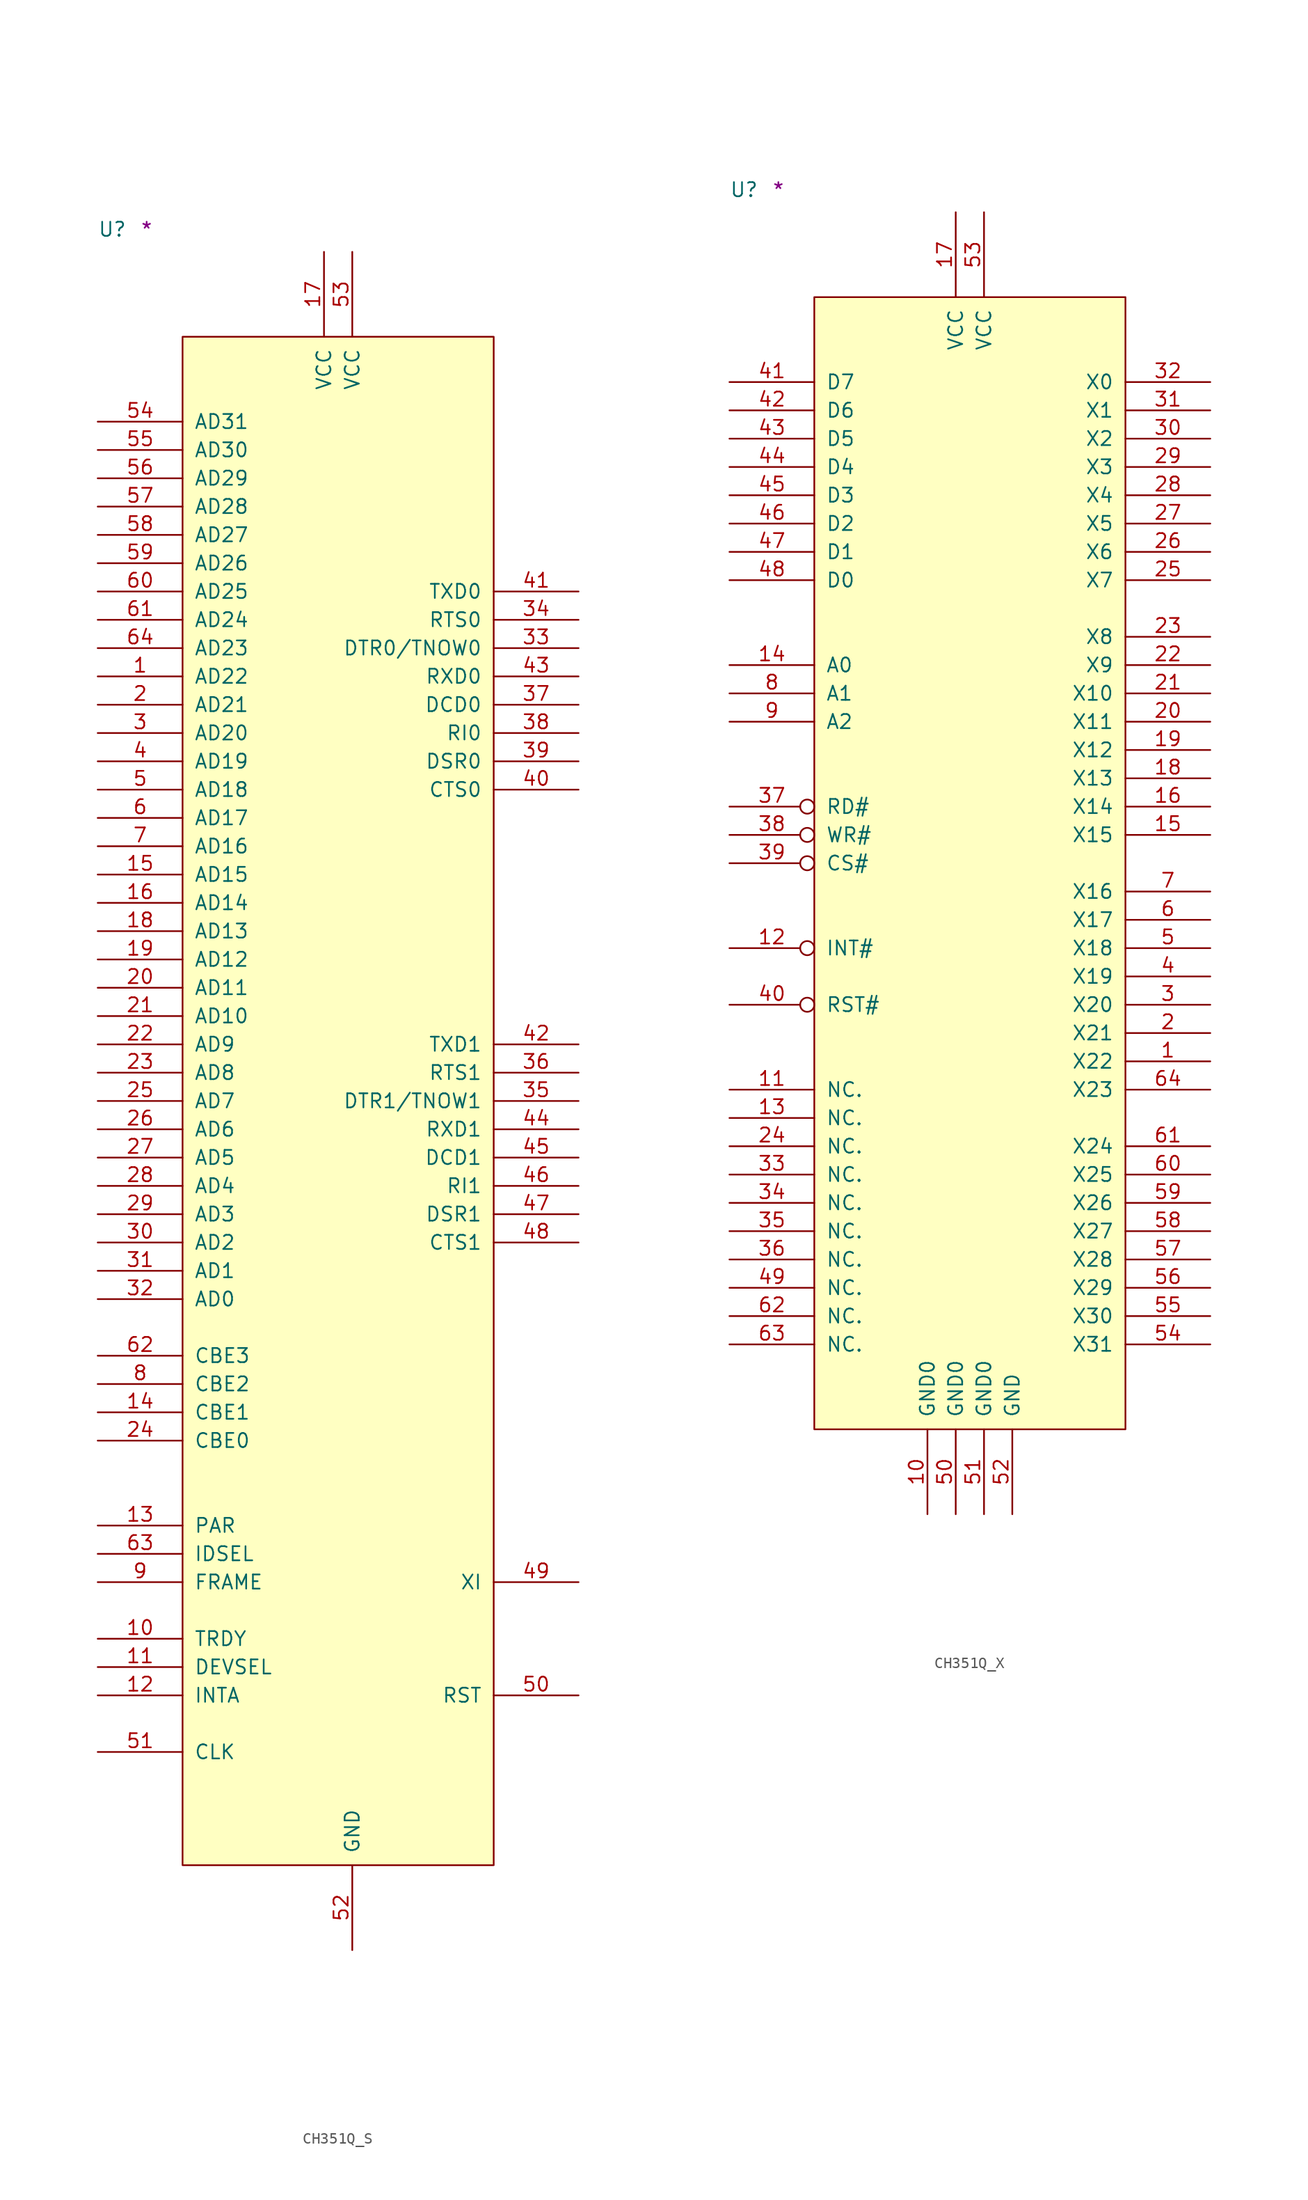
<source format=kicad_sym>
(kicad_symbol_lib
  (version 20211014)
  (generator kicad_symbol_editor)
  (symbol "CH351Q_S"
    (pin_names
      (offset 1.016))
    (property "Reference" "U"
      (at -7.62 8.89 0)
      (effects (font (size 1.27 1.27)) (justify left bottom)))
    (property "Comment" "*"
      (at -3.81 8.89 0)
      (effects (font (size 1.27 1.27)) (justify left bottom)))
    (symbol "CH351Q_S_1_1"
      (rectangle (start 0 -137.16) (end 27.94 0) (stroke (width 0) (type default) (color 0 0 0 0)) (fill (type background)))
      (pin bidirectional line (at -7.62 -30.48 0) (length 7.62) (name "AD22" (effects (font (size 1.27 1.27)))) (number "1" (effects (font (size 1.27 1.27)))))
      (pin tri_state line (at -7.62 -116.84 0) (length 7.62) (name "TRDY" (effects (font (size 1.27 1.27)))) (number "10" (effects (font (size 1.27 1.27)))))
      (pin tri_state line (at -7.62 -119.38 0) (length 7.62) (name "DEVSEL" (effects (font (size 1.27 1.27)))) (number "11" (effects (font (size 1.27 1.27)))))
      (pin tri_state line (at -7.62 -121.92 0) (length 7.62) (name "INTA" (effects (font (size 1.27 1.27)))) (number "12" (effects (font (size 1.27 1.27)))))
      (pin tri_state line (at -7.62 -106.68 0) (length 7.62) (name "PAR" (effects (font (size 1.27 1.27)))) (number "13" (effects (font (size 1.27 1.27)))))
      (pin input line (at -7.62 -96.52 0) (length 7.62) (name "CBE1" (effects (font (size 1.27 1.27)))) (number "14" (effects (font (size 1.27 1.27)))))
      (pin bidirectional line (at -7.62 -48.26 0) (length 7.62) (name "AD15" (effects (font (size 1.27 1.27)))) (number "15" (effects (font (size 1.27 1.27)))))
      (pin bidirectional line (at -7.62 -50.8 0) (length 7.62) (name "AD14" (effects (font (size 1.27 1.27)))) (number "16" (effects (font (size 1.27 1.27)))))
      (pin power_in line (at 12.7 7.62 270) (length 7.62) (name "VCC" (effects (font (size 1.27 1.27)))) (number "17" (effects (font (size 1.27 1.27)))))
      (pin bidirectional line (at -7.62 -53.34 0) (length 7.62) (name "AD13" (effects (font (size 1.27 1.27)))) (number "18" (effects (font (size 1.27 1.27)))))
      (pin bidirectional line (at -7.62 -55.88 0) (length 7.62) (name "AD12" (effects (font (size 1.27 1.27)))) (number "19" (effects (font (size 1.27 1.27)))))
      (pin bidirectional line (at -7.62 -33.02 0) (length 7.62) (name "AD21" (effects (font (size 1.27 1.27)))) (number "2" (effects (font (size 1.27 1.27)))))
      (pin bidirectional line (at -7.62 -58.42 0) (length 7.62) (name "AD11" (effects (font (size 1.27 1.27)))) (number "20" (effects (font (size 1.27 1.27)))))
      (pin bidirectional line (at -7.62 -60.96 0) (length 7.62) (name "AD10" (effects (font (size 1.27 1.27)))) (number "21" (effects (font (size 1.27 1.27)))))
      (pin bidirectional line (at -7.62 -63.5 0) (length 7.62) (name "AD9" (effects (font (size 1.27 1.27)))) (number "22" (effects (font (size 1.27 1.27)))))
      (pin bidirectional line (at -7.62 -66.04 0) (length 7.62) (name "AD8" (effects (font (size 1.27 1.27)))) (number "23" (effects (font (size 1.27 1.27)))))
      (pin input line (at -7.62 -99.06 0) (length 7.62) (name "CBE0" (effects (font (size 1.27 1.27)))) (number "24" (effects (font (size 1.27 1.27)))))
      (pin bidirectional line (at -7.62 -68.58 0) (length 7.62) (name "AD7" (effects (font (size 1.27 1.27)))) (number "25" (effects (font (size 1.27 1.27)))))
      (pin bidirectional line (at -7.62 -71.12 0) (length 7.62) (name "AD6" (effects (font (size 1.27 1.27)))) (number "26" (effects (font (size 1.27 1.27)))))
      (pin bidirectional line (at -7.62 -73.66 0) (length 7.62) (name "AD5" (effects (font (size 1.27 1.27)))) (number "27" (effects (font (size 1.27 1.27)))))
      (pin bidirectional line (at -7.62 -76.2 0) (length 7.62) (name "AD4" (effects (font (size 1.27 1.27)))) (number "28" (effects (font (size 1.27 1.27)))))
      (pin bidirectional line (at -7.62 -78.74 0) (length 7.62) (name "AD3" (effects (font (size 1.27 1.27)))) (number "29" (effects (font (size 1.27 1.27)))))
      (pin bidirectional line (at -7.62 -35.56 0) (length 7.62) (name "AD20" (effects (font (size 1.27 1.27)))) (number "3" (effects (font (size 1.27 1.27)))))
      (pin bidirectional line (at -7.62 -81.28 0) (length 7.62) (name "AD2" (effects (font (size 1.27 1.27)))) (number "30" (effects (font (size 1.27 1.27)))))
      (pin bidirectional line (at -7.62 -83.82 0) (length 7.62) (name "AD1" (effects (font (size 1.27 1.27)))) (number "31" (effects (font (size 1.27 1.27)))))
      (pin bidirectional line (at -7.62 -86.36 0) (length 7.62) (name "AD0" (effects (font (size 1.27 1.27)))) (number "32" (effects (font (size 1.27 1.27)))))
      (pin output line (at 35.56 -27.94 180) (length 7.62) (name "DTR0/TNOW0" (effects (font (size 1.27 1.27)))) (number "33" (effects (font (size 1.27 1.27)))))
      (pin output line (at 35.56 -25.4 180) (length 7.62) (name "RTS0" (effects (font (size 1.27 1.27)))) (number "34" (effects (font (size 1.27 1.27)))))
      (pin output line (at 35.56 -68.58 180) (length 7.62) (name "DTR1/TNOW1" (effects (font (size 1.27 1.27)))) (number "35" (effects (font (size 1.27 1.27)))))
      (pin output line (at 35.56 -66.04 180) (length 7.62) (name "RTS1" (effects (font (size 1.27 1.27)))) (number "36" (effects (font (size 1.27 1.27)))))
      (pin input line (at 35.56 -33.02 180) (length 7.62) (name "DCD0" (effects (font (size 1.27 1.27)))) (number "37" (effects (font (size 1.27 1.27)))))
      (pin input line (at 35.56 -35.56 180) (length 7.62) (name "RI0" (effects (font (size 1.27 1.27)))) (number "38" (effects (font (size 1.27 1.27)))))
      (pin input line (at 35.56 -38.1 180) (length 7.62) (name "DSR0" (effects (font (size 1.27 1.27)))) (number "39" (effects (font (size 1.27 1.27)))))
      (pin bidirectional line (at -7.62 -38.1 0) (length 7.62) (name "AD19" (effects (font (size 1.27 1.27)))) (number "4" (effects (font (size 1.27 1.27)))))
      (pin input line (at 35.56 -40.64 180) (length 7.62) (name "CTS0" (effects (font (size 1.27 1.27)))) (number "40" (effects (font (size 1.27 1.27)))))
      (pin output line (at 35.56 -22.86 180) (length 7.62) (name "TXD0" (effects (font (size 1.27 1.27)))) (number "41" (effects (font (size 1.27 1.27)))))
      (pin output line (at 35.56 -63.5 180) (length 7.62) (name "TXD1" (effects (font (size 1.27 1.27)))) (number "42" (effects (font (size 1.27 1.27)))))
      (pin input line (at 35.56 -30.48 180) (length 7.62) (name "RXD0" (effects (font (size 1.27 1.27)))) (number "43" (effects (font (size 1.27 1.27)))))
      (pin input line (at 35.56 -71.12 180) (length 7.62) (name "RXD1" (effects (font (size 1.27 1.27)))) (number "44" (effects (font (size 1.27 1.27)))))
      (pin input line (at 35.56 -73.66 180) (length 7.62) (name "DCD1" (effects (font (size 1.27 1.27)))) (number "45" (effects (font (size 1.27 1.27)))))
      (pin input line (at 35.56 -76.2 180) (length 7.62) (name "RI1" (effects (font (size 1.27 1.27)))) (number "46" (effects (font (size 1.27 1.27)))))
      (pin input line (at 35.56 -78.74 180) (length 7.62) (name "DSR1" (effects (font (size 1.27 1.27)))) (number "47" (effects (font (size 1.27 1.27)))))
      (pin input line (at 35.56 -81.28 180) (length 7.62) (name "CTS1" (effects (font (size 1.27 1.27)))) (number "48" (effects (font (size 1.27 1.27)))))
      (pin input line (at 35.56 -111.76 180) (length 7.62) (name "XI" (effects (font (size 1.27 1.27)))) (number "49" (effects (font (size 1.27 1.27)))))
      (pin bidirectional line (at -7.62 -40.64 0) (length 7.62) (name "AD18" (effects (font (size 1.27 1.27)))) (number "5" (effects (font (size 1.27 1.27)))))
      (pin bidirectional line (at 35.56 -121.92 180) (length 7.62) (name "RST" (effects (font (size 1.27 1.27)))) (number "50" (effects (font (size 1.27 1.27)))))
      (pin input line (at -7.62 -127 0) (length 7.62) (name "CLK" (effects (font (size 1.27 1.27)))) (number "51" (effects (font (size 1.27 1.27)))))
      (pin power_in line (at 15.24 -144.78 90) (length 7.62) (name "GND" (effects (font (size 1.27 1.27)))) (number "52" (effects (font (size 1.27 1.27)))))
      (pin power_in line (at 15.24 7.62 270) (length 7.62) (name "VCC" (effects (font (size 1.27 1.27)))) (number "53" (effects (font (size 1.27 1.27)))))
      (pin bidirectional line (at -7.62 -7.62 0) (length 7.62) (name "AD31" (effects (font (size 1.27 1.27)))) (number "54" (effects (font (size 1.27 1.27)))))
      (pin bidirectional line (at -7.62 -10.16 0) (length 7.62) (name "AD30" (effects (font (size 1.27 1.27)))) (number "55" (effects (font (size 1.27 1.27)))))
      (pin bidirectional line (at -7.62 -12.7 0) (length 7.62) (name "AD29" (effects (font (size 1.27 1.27)))) (number "56" (effects (font (size 1.27 1.27)))))
      (pin bidirectional line (at -7.62 -15.24 0) (length 7.62) (name "AD28" (effects (font (size 1.27 1.27)))) (number "57" (effects (font (size 1.27 1.27)))))
      (pin bidirectional line (at -7.62 -17.78 0) (length 7.62) (name "AD27" (effects (font (size 1.27 1.27)))) (number "58" (effects (font (size 1.27 1.27)))))
      (pin bidirectional line (at -7.62 -20.32 0) (length 7.62) (name "AD26" (effects (font (size 1.27 1.27)))) (number "59" (effects (font (size 1.27 1.27)))))
      (pin bidirectional line (at -7.62 -43.18 0) (length 7.62) (name "AD17" (effects (font (size 1.27 1.27)))) (number "6" (effects (font (size 1.27 1.27)))))
      (pin bidirectional line (at -7.62 -22.86 0) (length 7.62) (name "AD25" (effects (font (size 1.27 1.27)))) (number "60" (effects (font (size 1.27 1.27)))))
      (pin bidirectional line (at -7.62 -25.4 0) (length 7.62) (name "AD24" (effects (font (size 1.27 1.27)))) (number "61" (effects (font (size 1.27 1.27)))))
      (pin input line (at -7.62 -91.44 0) (length 7.62) (name "CBE3" (effects (font (size 1.27 1.27)))) (number "62" (effects (font (size 1.27 1.27)))))
      (pin input line (at -7.62 -109.22 0) (length 7.62) (name "IDSEL" (effects (font (size 1.27 1.27)))) (number "63" (effects (font (size 1.27 1.27)))))
      (pin bidirectional line (at -7.62 -27.94 0) (length 7.62) (name "AD23" (effects (font (size 1.27 1.27)))) (number "64" (effects (font (size 1.27 1.27)))))
      (pin bidirectional line (at -7.62 -45.72 0) (length 7.62) (name "AD16" (effects (font (size 1.27 1.27)))) (number "7" (effects (font (size 1.27 1.27)))))
      (pin input line (at -7.62 -93.98 0) (length 7.62) (name "CBE2" (effects (font (size 1.27 1.27)))) (number "8" (effects (font (size 1.27 1.27)))))
      (pin input line (at -7.62 -111.76 0) (length 7.62) (name "FRAME" (effects (font (size 1.27 1.27)))) (number "9" (effects (font (size 1.27 1.27)))))))
  (symbol "CH351Q_X"
    (pin_names
      (offset 1.016))
    (property "Reference" "U"
      (at -7.62 8.89 0)
      (effects (font (size 1.27 1.27)) (justify left bottom)))
    (property "Comment" "*"
      (at -3.81 8.89 0)
      (effects (font (size 1.27 1.27)) (justify left bottom)))
    (symbol "CH351Q_X_1_1"
      (rectangle (start 0 -101.6) (end 27.94 0) (stroke (width 0) (type default) (color 0 0 0 0)) (fill (type background)))
      (pin bidirectional line (at 35.56 -68.58 180) (length 7.62) (name "X22" (effects (font (size 1.27 1.27)))) (number "1" (effects (font (size 1.27 1.27)))))
      (pin power_in line (at 10.16 -109.22 90) (length 7.62) (name "GND0" (effects (font (size 1.27 1.27)))) (number "10" (effects (font (size 1.27 1.27)))))
      (pin passive line (at -7.62 -71.12 0) (length 7.62) (name "NC." (effects (font (size 1.27 1.27)))) (number "11" (effects (font (size 1.27 1.27)))))
      (pin open_collector inverted (at -7.62 -58.42 0) (length 7.62) (name "INT#" (effects (font (size 1.27 1.27)))) (number "12" (effects (font (size 1.27 1.27)))))
      (pin passive line (at -7.62 -73.66 0) (length 7.62) (name "NC." (effects (font (size 1.27 1.27)))) (number "13" (effects (font (size 1.27 1.27)))))
      (pin input line (at -7.62 -33.02 0) (length 7.62) (name "A0" (effects (font (size 1.27 1.27)))) (number "14" (effects (font (size 1.27 1.27)))))
      (pin bidirectional line (at 35.56 -48.26 180) (length 7.62) (name "X15" (effects (font (size 1.27 1.27)))) (number "15" (effects (font (size 1.27 1.27)))))
      (pin bidirectional line (at 35.56 -45.72 180) (length 7.62) (name "X14" (effects (font (size 1.27 1.27)))) (number "16" (effects (font (size 1.27 1.27)))))
      (pin power_in line (at 12.7 7.62 270) (length 7.62) (name "VCC" (effects (font (size 1.27 1.27)))) (number "17" (effects (font (size 1.27 1.27)))))
      (pin bidirectional line (at 35.56 -43.18 180) (length 7.62) (name "X13" (effects (font (size 1.27 1.27)))) (number "18" (effects (font (size 1.27 1.27)))))
      (pin bidirectional line (at 35.56 -40.64 180) (length 7.62) (name "X12" (effects (font (size 1.27 1.27)))) (number "19" (effects (font (size 1.27 1.27)))))
      (pin bidirectional line (at 35.56 -66.04 180) (length 7.62) (name "X21" (effects (font (size 1.27 1.27)))) (number "2" (effects (font (size 1.27 1.27)))))
      (pin bidirectional line (at 35.56 -38.1 180) (length 7.62) (name "X11" (effects (font (size 1.27 1.27)))) (number "20" (effects (font (size 1.27 1.27)))))
      (pin bidirectional line (at 35.56 -35.56 180) (length 7.62) (name "X10" (effects (font (size 1.27 1.27)))) (number "21" (effects (font (size 1.27 1.27)))))
      (pin bidirectional line (at 35.56 -33.02 180) (length 7.62) (name "X9" (effects (font (size 1.27 1.27)))) (number "22" (effects (font (size 1.27 1.27)))))
      (pin bidirectional line (at 35.56 -30.48 180) (length 7.62) (name "X8" (effects (font (size 1.27 1.27)))) (number "23" (effects (font (size 1.27 1.27)))))
      (pin passive line (at -7.62 -76.2 0) (length 7.62) (name "NC." (effects (font (size 1.27 1.27)))) (number "24" (effects (font (size 1.27 1.27)))))
      (pin bidirectional line (at 35.56 -25.4 180) (length 7.62) (name "X7" (effects (font (size 1.27 1.27)))) (number "25" (effects (font (size 1.27 1.27)))))
      (pin bidirectional line (at 35.56 -22.86 180) (length 7.62) (name "X6" (effects (font (size 1.27 1.27)))) (number "26" (effects (font (size 1.27 1.27)))))
      (pin bidirectional line (at 35.56 -20.32 180) (length 7.62) (name "X5" (effects (font (size 1.27 1.27)))) (number "27" (effects (font (size 1.27 1.27)))))
      (pin bidirectional line (at 35.56 -17.78 180) (length 7.62) (name "X4" (effects (font (size 1.27 1.27)))) (number "28" (effects (font (size 1.27 1.27)))))
      (pin bidirectional line (at 35.56 -15.24 180) (length 7.62) (name "X3" (effects (font (size 1.27 1.27)))) (number "29" (effects (font (size 1.27 1.27)))))
      (pin bidirectional line (at 35.56 -63.5 180) (length 7.62) (name "X20" (effects (font (size 1.27 1.27)))) (number "3" (effects (font (size 1.27 1.27)))))
      (pin bidirectional line (at 35.56 -12.7 180) (length 7.62) (name "X2" (effects (font (size 1.27 1.27)))) (number "30" (effects (font (size 1.27 1.27)))))
      (pin bidirectional line (at 35.56 -10.16 180) (length 7.62) (name "X1" (effects (font (size 1.27 1.27)))) (number "31" (effects (font (size 1.27 1.27)))))
      (pin bidirectional line (at 35.56 -7.62 180) (length 7.62) (name "X0" (effects (font (size 1.27 1.27)))) (number "32" (effects (font (size 1.27 1.27)))))
      (pin passive line (at -7.62 -78.74 0) (length 7.62) (name "NC." (effects (font (size 1.27 1.27)))) (number "33" (effects (font (size 1.27 1.27)))))
      (pin passive line (at -7.62 -81.28 0) (length 7.62) (name "NC." (effects (font (size 1.27 1.27)))) (number "34" (effects (font (size 1.27 1.27)))))
      (pin passive line (at -7.62 -83.82 0) (length 7.62) (name "NC." (effects (font (size 1.27 1.27)))) (number "35" (effects (font (size 1.27 1.27)))))
      (pin passive line (at -7.62 -86.36 0) (length 7.62) (name "NC." (effects (font (size 1.27 1.27)))) (number "36" (effects (font (size 1.27 1.27)))))
      (pin input inverted (at -7.62 -45.72 0) (length 7.62) (name "RD#" (effects (font (size 1.27 1.27)))) (number "37" (effects (font (size 1.27 1.27)))))
      (pin input inverted (at -7.62 -48.26 0) (length 7.62) (name "WR#" (effects (font (size 1.27 1.27)))) (number "38" (effects (font (size 1.27 1.27)))))
      (pin input inverted (at -7.62 -50.8 0) (length 7.62) (name "CS#" (effects (font (size 1.27 1.27)))) (number "39" (effects (font (size 1.27 1.27)))))
      (pin bidirectional line (at 35.56 -60.96 180) (length 7.62) (name "X19" (effects (font (size 1.27 1.27)))) (number "4" (effects (font (size 1.27 1.27)))))
      (pin input inverted (at -7.62 -63.5 0) (length 7.62) (name "RST#" (effects (font (size 1.27 1.27)))) (number "40" (effects (font (size 1.27 1.27)))))
      (pin bidirectional line (at -7.62 -7.62 0) (length 7.62) (name "D7" (effects (font (size 1.27 1.27)))) (number "41" (effects (font (size 1.27 1.27)))))
      (pin bidirectional line (at -7.62 -10.16 0) (length 7.62) (name "D6" (effects (font (size 1.27 1.27)))) (number "42" (effects (font (size 1.27 1.27)))))
      (pin bidirectional line (at -7.62 -12.7 0) (length 7.62) (name "D5" (effects (font (size 1.27 1.27)))) (number "43" (effects (font (size 1.27 1.27)))))
      (pin bidirectional line (at -7.62 -15.24 0) (length 7.62) (name "D4" (effects (font (size 1.27 1.27)))) (number "44" (effects (font (size 1.27 1.27)))))
      (pin bidirectional line (at -7.62 -17.78 0) (length 7.62) (name "D3" (effects (font (size 1.27 1.27)))) (number "45" (effects (font (size 1.27 1.27)))))
      (pin bidirectional line (at -7.62 -20.32 0) (length 7.62) (name "D2" (effects (font (size 1.27 1.27)))) (number "46" (effects (font (size 1.27 1.27)))))
      (pin bidirectional line (at -7.62 -22.86 0) (length 7.62) (name "D1" (effects (font (size 1.27 1.27)))) (number "47" (effects (font (size 1.27 1.27)))))
      (pin bidirectional line (at -7.62 -25.4 0) (length 7.62) (name "D0" (effects (font (size 1.27 1.27)))) (number "48" (effects (font (size 1.27 1.27)))))
      (pin passive line (at -7.62 -88.9 0) (length 7.62) (name "NC." (effects (font (size 1.27 1.27)))) (number "49" (effects (font (size 1.27 1.27)))))
      (pin bidirectional line (at 35.56 -58.42 180) (length 7.62) (name "X18" (effects (font (size 1.27 1.27)))) (number "5" (effects (font (size 1.27 1.27)))))
      (pin power_in line (at 12.7 -109.22 90) (length 7.62) (name "GND0" (effects (font (size 1.27 1.27)))) (number "50" (effects (font (size 1.27 1.27)))))
      (pin power_in line (at 15.24 -109.22 90) (length 7.62) (name "GND0" (effects (font (size 1.27 1.27)))) (number "51" (effects (font (size 1.27 1.27)))))
      (pin power_in line (at 17.78 -109.22 90) (length 7.62) (name "GND" (effects (font (size 1.27 1.27)))) (number "52" (effects (font (size 1.27 1.27)))))
      (pin power_in line (at 15.24 7.62 270) (length 7.62) (name "VCC" (effects (font (size 1.27 1.27)))) (number "53" (effects (font (size 1.27 1.27)))))
      (pin bidirectional line (at 35.56 -93.98 180) (length 7.62) (name "X31" (effects (font (size 1.27 1.27)))) (number "54" (effects (font (size 1.27 1.27)))))
      (pin bidirectional line (at 35.56 -91.44 180) (length 7.62) (name "X30" (effects (font (size 1.27 1.27)))) (number "55" (effects (font (size 1.27 1.27)))))
      (pin bidirectional line (at 35.56 -88.9 180) (length 7.62) (name "X29" (effects (font (size 1.27 1.27)))) (number "56" (effects (font (size 1.27 1.27)))))
      (pin bidirectional line (at 35.56 -86.36 180) (length 7.62) (name "X28" (effects (font (size 1.27 1.27)))) (number "57" (effects (font (size 1.27 1.27)))))
      (pin bidirectional line (at 35.56 -83.82 180) (length 7.62) (name "X27" (effects (font (size 1.27 1.27)))) (number "58" (effects (font (size 1.27 1.27)))))
      (pin bidirectional line (at 35.56 -81.28 180) (length 7.62) (name "X26" (effects (font (size 1.27 1.27)))) (number "59" (effects (font (size 1.27 1.27)))))
      (pin bidirectional line (at 35.56 -55.88 180) (length 7.62) (name "X17" (effects (font (size 1.27 1.27)))) (number "6" (effects (font (size 1.27 1.27)))))
      (pin bidirectional line (at 35.56 -78.74 180) (length 7.62) (name "X25" (effects (font (size 1.27 1.27)))) (number "60" (effects (font (size 1.27 1.27)))))
      (pin bidirectional line (at 35.56 -76.2 180) (length 7.62) (name "X24" (effects (font (size 1.27 1.27)))) (number "61" (effects (font (size 1.27 1.27)))))
      (pin passive line (at -7.62 -91.44 0) (length 7.62) (name "NC." (effects (font (size 1.27 1.27)))) (number "62" (effects (font (size 1.27 1.27)))))
      (pin passive line (at -7.62 -93.98 0) (length 7.62) (name "NC." (effects (font (size 1.27 1.27)))) (number "63" (effects (font (size 1.27 1.27)))))
      (pin bidirectional line (at 35.56 -71.12 180) (length 7.62) (name "X23" (effects (font (size 1.27 1.27)))) (number "64" (effects (font (size 1.27 1.27)))))
      (pin bidirectional line (at 35.56 -53.34 180) (length 7.62) (name "X16" (effects (font (size 1.27 1.27)))) (number "7" (effects (font (size 1.27 1.27)))))
      (pin input line (at -7.62 -35.56 0) (length 7.62) (name "A1" (effects (font (size 1.27 1.27)))) (number "8" (effects (font (size 1.27 1.27)))))
      (pin input line (at -7.62 -38.1 0) (length 7.62) (name "A2" (effects (font (size 1.27 1.27)))) (number "9" (effects (font (size 1.27 1.27))))))))
</source>
